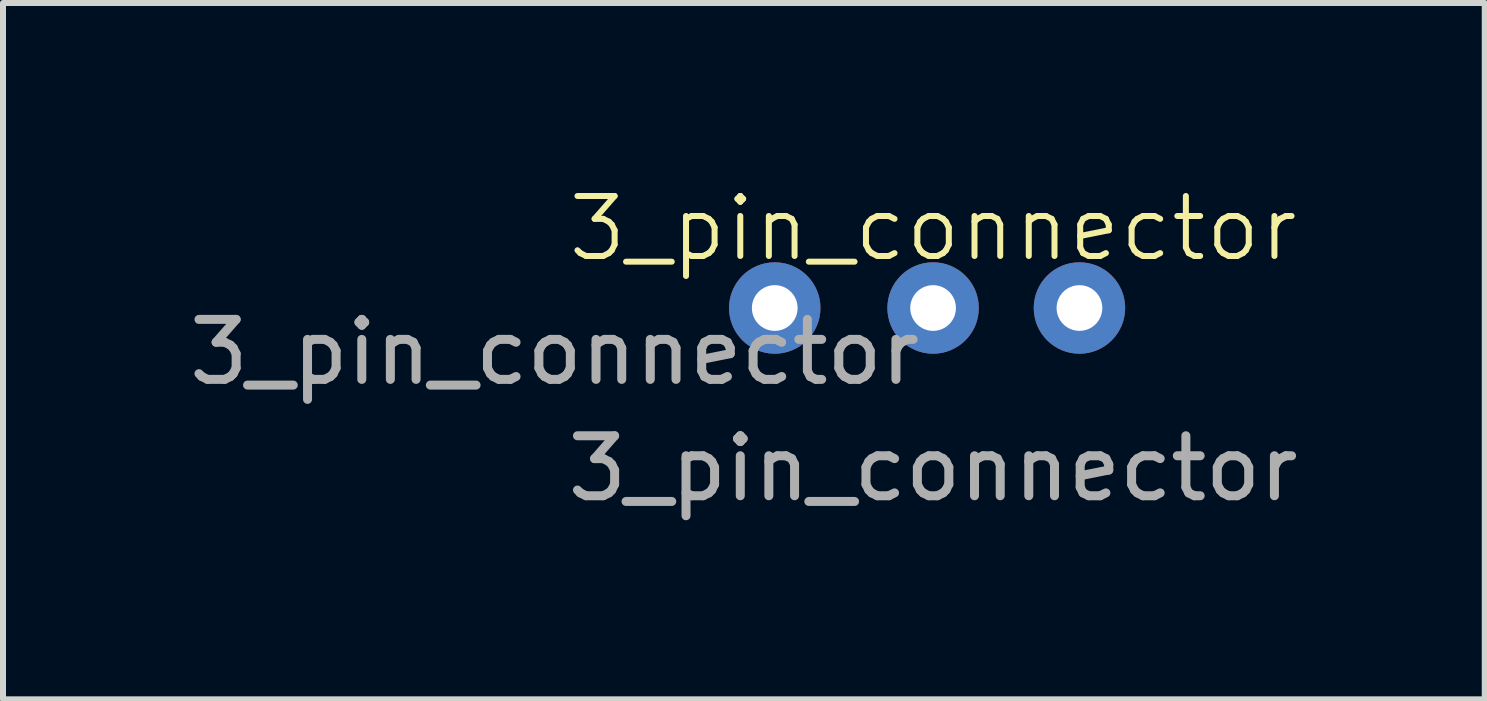
<source format=kicad_pcb>
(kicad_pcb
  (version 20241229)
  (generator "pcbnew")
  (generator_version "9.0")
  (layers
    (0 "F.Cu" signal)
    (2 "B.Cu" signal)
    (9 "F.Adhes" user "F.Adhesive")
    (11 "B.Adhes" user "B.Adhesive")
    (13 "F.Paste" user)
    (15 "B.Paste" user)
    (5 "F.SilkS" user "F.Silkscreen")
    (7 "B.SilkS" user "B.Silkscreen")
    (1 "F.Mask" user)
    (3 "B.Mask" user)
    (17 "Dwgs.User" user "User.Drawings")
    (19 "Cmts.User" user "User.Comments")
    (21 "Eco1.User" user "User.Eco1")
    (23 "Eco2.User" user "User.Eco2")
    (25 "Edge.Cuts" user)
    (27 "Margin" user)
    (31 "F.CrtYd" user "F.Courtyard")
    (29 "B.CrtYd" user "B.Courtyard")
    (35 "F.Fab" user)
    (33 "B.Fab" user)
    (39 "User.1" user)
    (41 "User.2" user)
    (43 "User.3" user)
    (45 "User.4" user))
  (footprint "3_pin_connector"
    (layer "F.Cu")
    (at 12.506 2.26)
    (property "Reference" "3_pin_connector" (at 0 -1.5 0) (unlocked yes) (layer "F.SilkS") (effects (font (size 1 1) (thickness 0.1))))
    (attr smd)
    (fp_text user "${REFERENCE}" (at 0 2.5 0) (unlocked yes) (layer "F.Fab") (effects (font (size 1 1) (thickness 0.15))))
    (fp_text user "${REFERENCE}" (at -6.31 0.56 0) (unlocked yes) (layer "F.Fab") (effects (font (size 1 1) (thickness 0.15))))
    (pad "1" thru_hole circle (at -2.64 -0.175 90) (size 1.524 1.524) (drill 0.762) (layers "*.Cu" "*.Mask"))
    (pad "2" thru_hole circle (at 0 -0.175 90) (size 1.524 1.524) (drill 0.762) (layers "*.Cu" "*.Mask"))
    (pad "3" thru_hole circle (at 2.44 -0.175 90) (size 1.524 1.524) (drill 0.762) (layers "*.Cu" "*.Mask")))
  (gr_rect
    (start -3 -3)
    (end 21.703 8.609)
    (stroke (width 0.1) (type default))
    (fill no)
    (layer "Edge.Cuts")))
</source>
